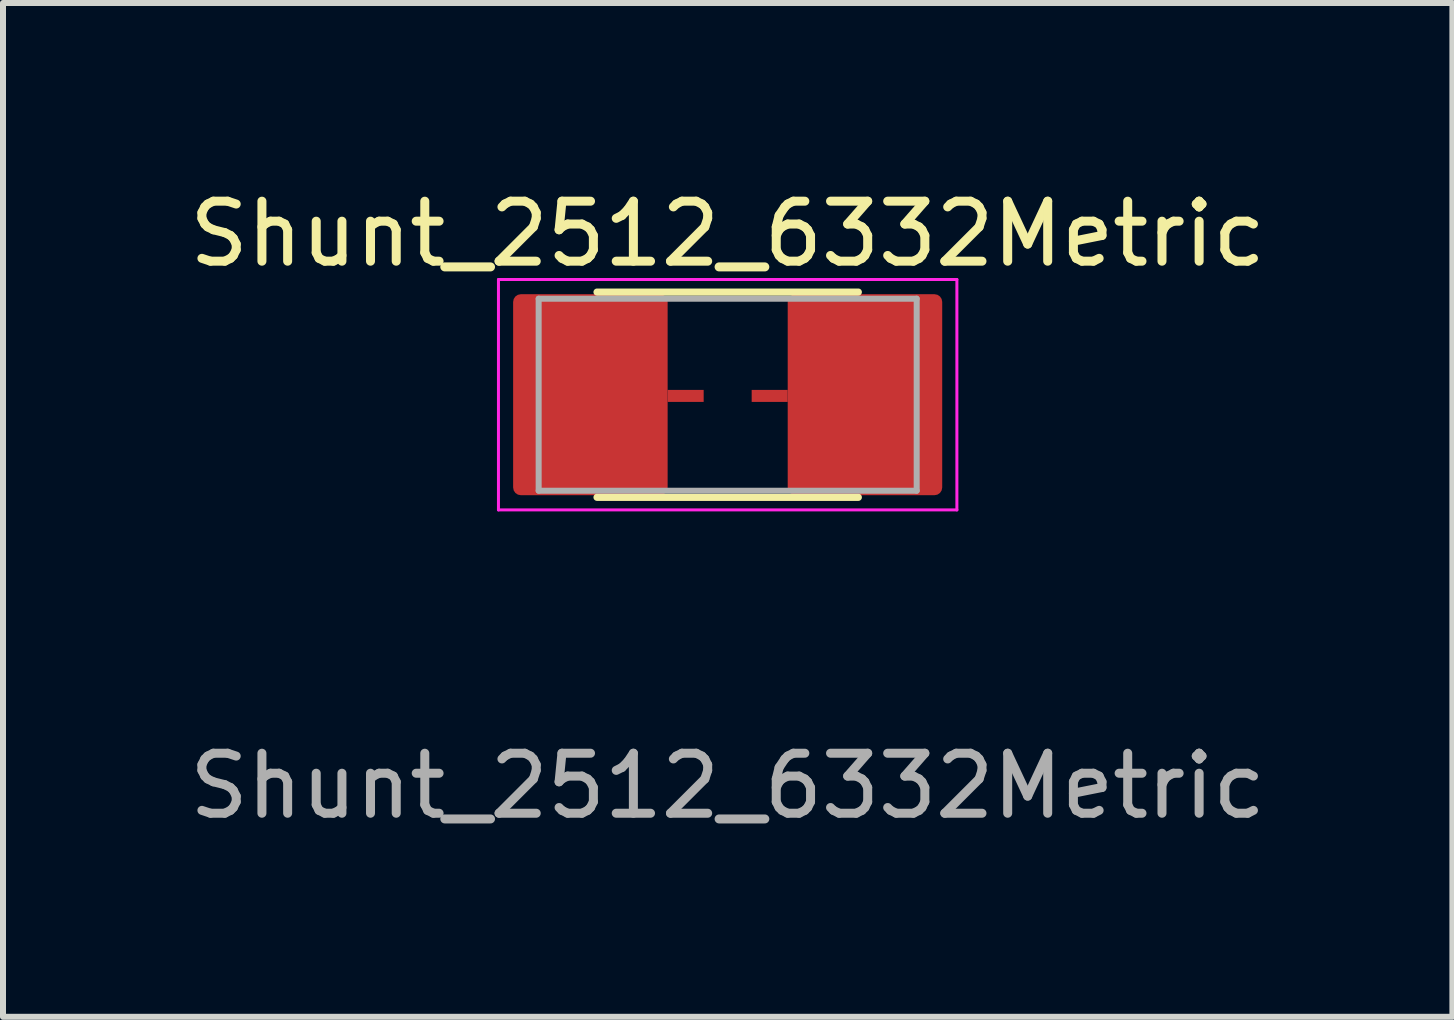
<source format=kicad_pcb>
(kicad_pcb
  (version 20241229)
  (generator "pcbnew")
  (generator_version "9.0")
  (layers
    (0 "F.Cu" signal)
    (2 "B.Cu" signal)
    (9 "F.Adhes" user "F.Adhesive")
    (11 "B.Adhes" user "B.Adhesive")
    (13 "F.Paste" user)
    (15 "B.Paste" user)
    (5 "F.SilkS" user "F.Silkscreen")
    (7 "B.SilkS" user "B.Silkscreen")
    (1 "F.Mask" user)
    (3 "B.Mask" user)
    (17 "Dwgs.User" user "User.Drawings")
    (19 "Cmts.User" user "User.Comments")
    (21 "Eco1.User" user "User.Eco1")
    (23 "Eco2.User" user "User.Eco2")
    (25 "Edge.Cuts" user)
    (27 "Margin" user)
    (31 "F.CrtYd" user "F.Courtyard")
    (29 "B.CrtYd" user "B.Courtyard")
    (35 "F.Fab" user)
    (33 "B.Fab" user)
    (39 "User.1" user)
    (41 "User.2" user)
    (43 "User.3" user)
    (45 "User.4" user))
  (footprint "Shunt_2512_6332Metric"
    (layer "F.Cu")
    (at 9.077 3.548)
    (property "Reference" "Shunt_2512_6332Metric" (at 0 -2.7 0) (unlocked yes) (layer "F.SilkS") (effects (font (size 1 1) (thickness 0.15))))
    (attr smd)
    (fp_line (start -2.177 -1.73) (end 2.177 -1.73) (stroke (width 0.12) (type solid)) (layer "F.SilkS"))
    (fp_line (start -2.177 1.69) (end 2.177 1.69) (stroke (width 0.12) (type solid)) (layer "F.SilkS"))
    (fp_line (start -3.82 -1.94) (end 3.82 -1.94) (stroke (width 0.05) (type solid)) (layer "F.CrtYd"))
    (fp_line (start -3.82 1.9) (end -3.82 -1.94) (stroke (width 0.05) (type solid)) (layer "F.CrtYd"))
    (fp_line (start 3.82 -1.94) (end 3.82 1.9) (stroke (width 0.05) (type solid)) (layer "F.CrtYd"))
    (fp_line (start 3.82 1.9) (end -3.82 1.9) (stroke (width 0.05) (type solid)) (layer "F.CrtYd"))
    (fp_line (start -3.15 -1.62) (end 3.15 -1.62) (stroke (width 0.1) (type solid)) (layer "F.Fab"))
    (fp_line (start -3.15 1.58) (end -3.15 -1.62) (stroke (width 0.1) (type solid)) (layer "F.Fab"))
    (fp_line (start 3.15 -1.62) (end 3.15 1.58) (stroke (width 0.1) (type solid)) (layer "F.Fab"))
    (fp_line (start 3.15 1.58) (end -3.15 1.58) (stroke (width 0.1) (type solid)) (layer "F.Fab"))
    (fp_text user "${REFERENCE}" (at 0 6.5 0) (unlocked yes) (layer "F.Fab") (effects (font (size 1 1) (thickness 0.15))))
    (pad "1" smd roundrect (at -2.288 -0.02) (size 2.575 3.35) (layers "F.Cu" "F.Mask" "F.Paste") (roundrect_rratio 0.05))
    (pad "2" smd rect (at -0.7 0 90) (size 0.2 0.6) (layers "F.Cu" "F.Mask" "F.Paste"))
    (pad "3" smd rect (at 0.7 0 90) (size 0.2 0.6) (layers "F.Cu" "F.Mask" "F.Paste"))
    (pad "4" smd roundrect (at 2.288 -0.02) (size 2.575 3.35) (layers "F.Cu" "F.Mask" "F.Paste") (roundrect_rratio 0.05)))
  (gr_rect
    (start -3 -3)
    (end 21.155 13.896)
    (stroke (width 0.1) (type default))
    (fill no)
    (layer "Edge.Cuts")))
</source>
